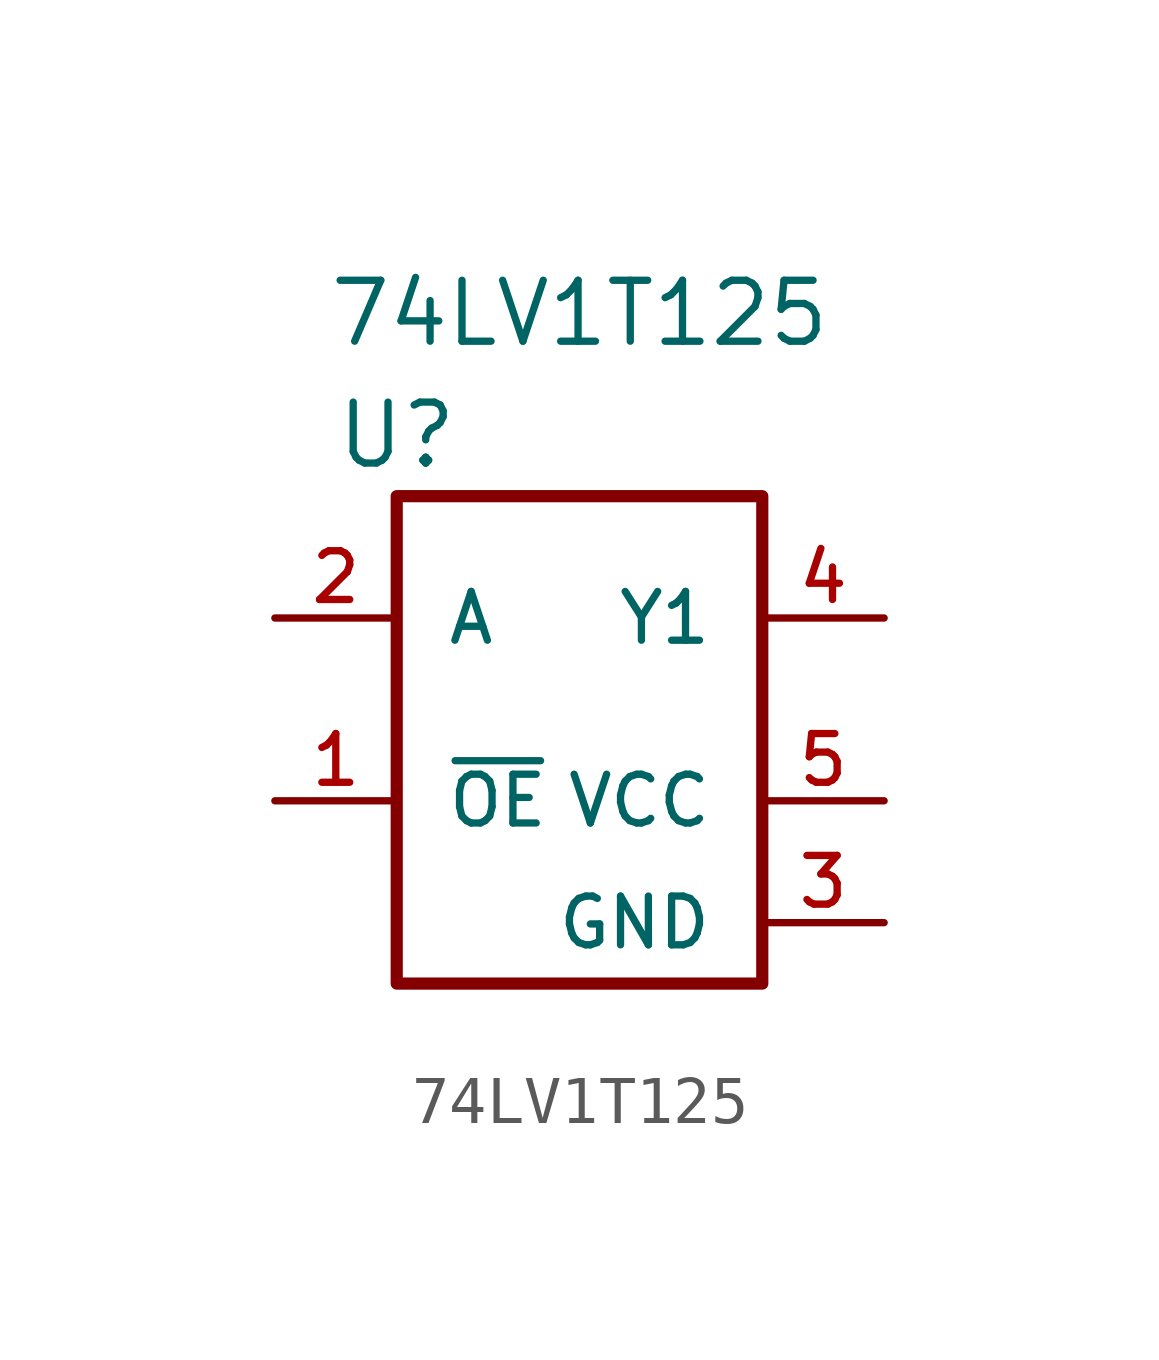
<source format=kicad_sym>
(kicad_symbol_lib
  (version 20211014)
  (generator kicad_symbol_editor)
  (symbol "74LV1T125"
    (pin_names
      (offset 1.016))
    (property "Reference" "U"
      (at -3.81 6.35 0)
      (effects (font (size 1.27 1.27))))
    (property "Value" "74LV1T125"
      (at 0 8.89 0)
      (effects (font (size 1.27 1.27))))
    (symbol "74LV1T125_0_1"
      (rectangle (start -3.81 5.08) (end 3.81 -5.08) (stroke (width 0.254) (type default) (color 0 0 0 0)) (fill (type none))))
    (symbol "74LV1T125_1_1"
      (pin input line (at -6.35 -1.27 0) (length 2.54) (name "~{OE}" (effects (font (size 1.016 1.016)))) (number "1" (effects (font (size 1.016 1.016)))))
      (pin input line (at -6.35 2.54 0) (length 2.54) (name "A" (effects (font (size 1.016 1.016)))) (number "2" (effects (font (size 1.016 1.016)))))
      (pin input line (at 6.35 -3.81 180) (length 2.54) (name "GND" (effects (font (size 1.016 1.016)))) (number "3" (effects (font (size 1.016 1.016)))))
      (pin output line (at 6.35 2.54 180) (length 2.54) (name "Y1" (effects (font (size 1.016 1.016)))) (number "4" (effects (font (size 1.016 1.016)))))
      (pin input line (at 6.35 -1.27 180) (length 2.54) (name "VCC" (effects (font (size 1.016 1.016)))) (number "5" (effects (font (size 1.016 1.016))))))))
</source>
